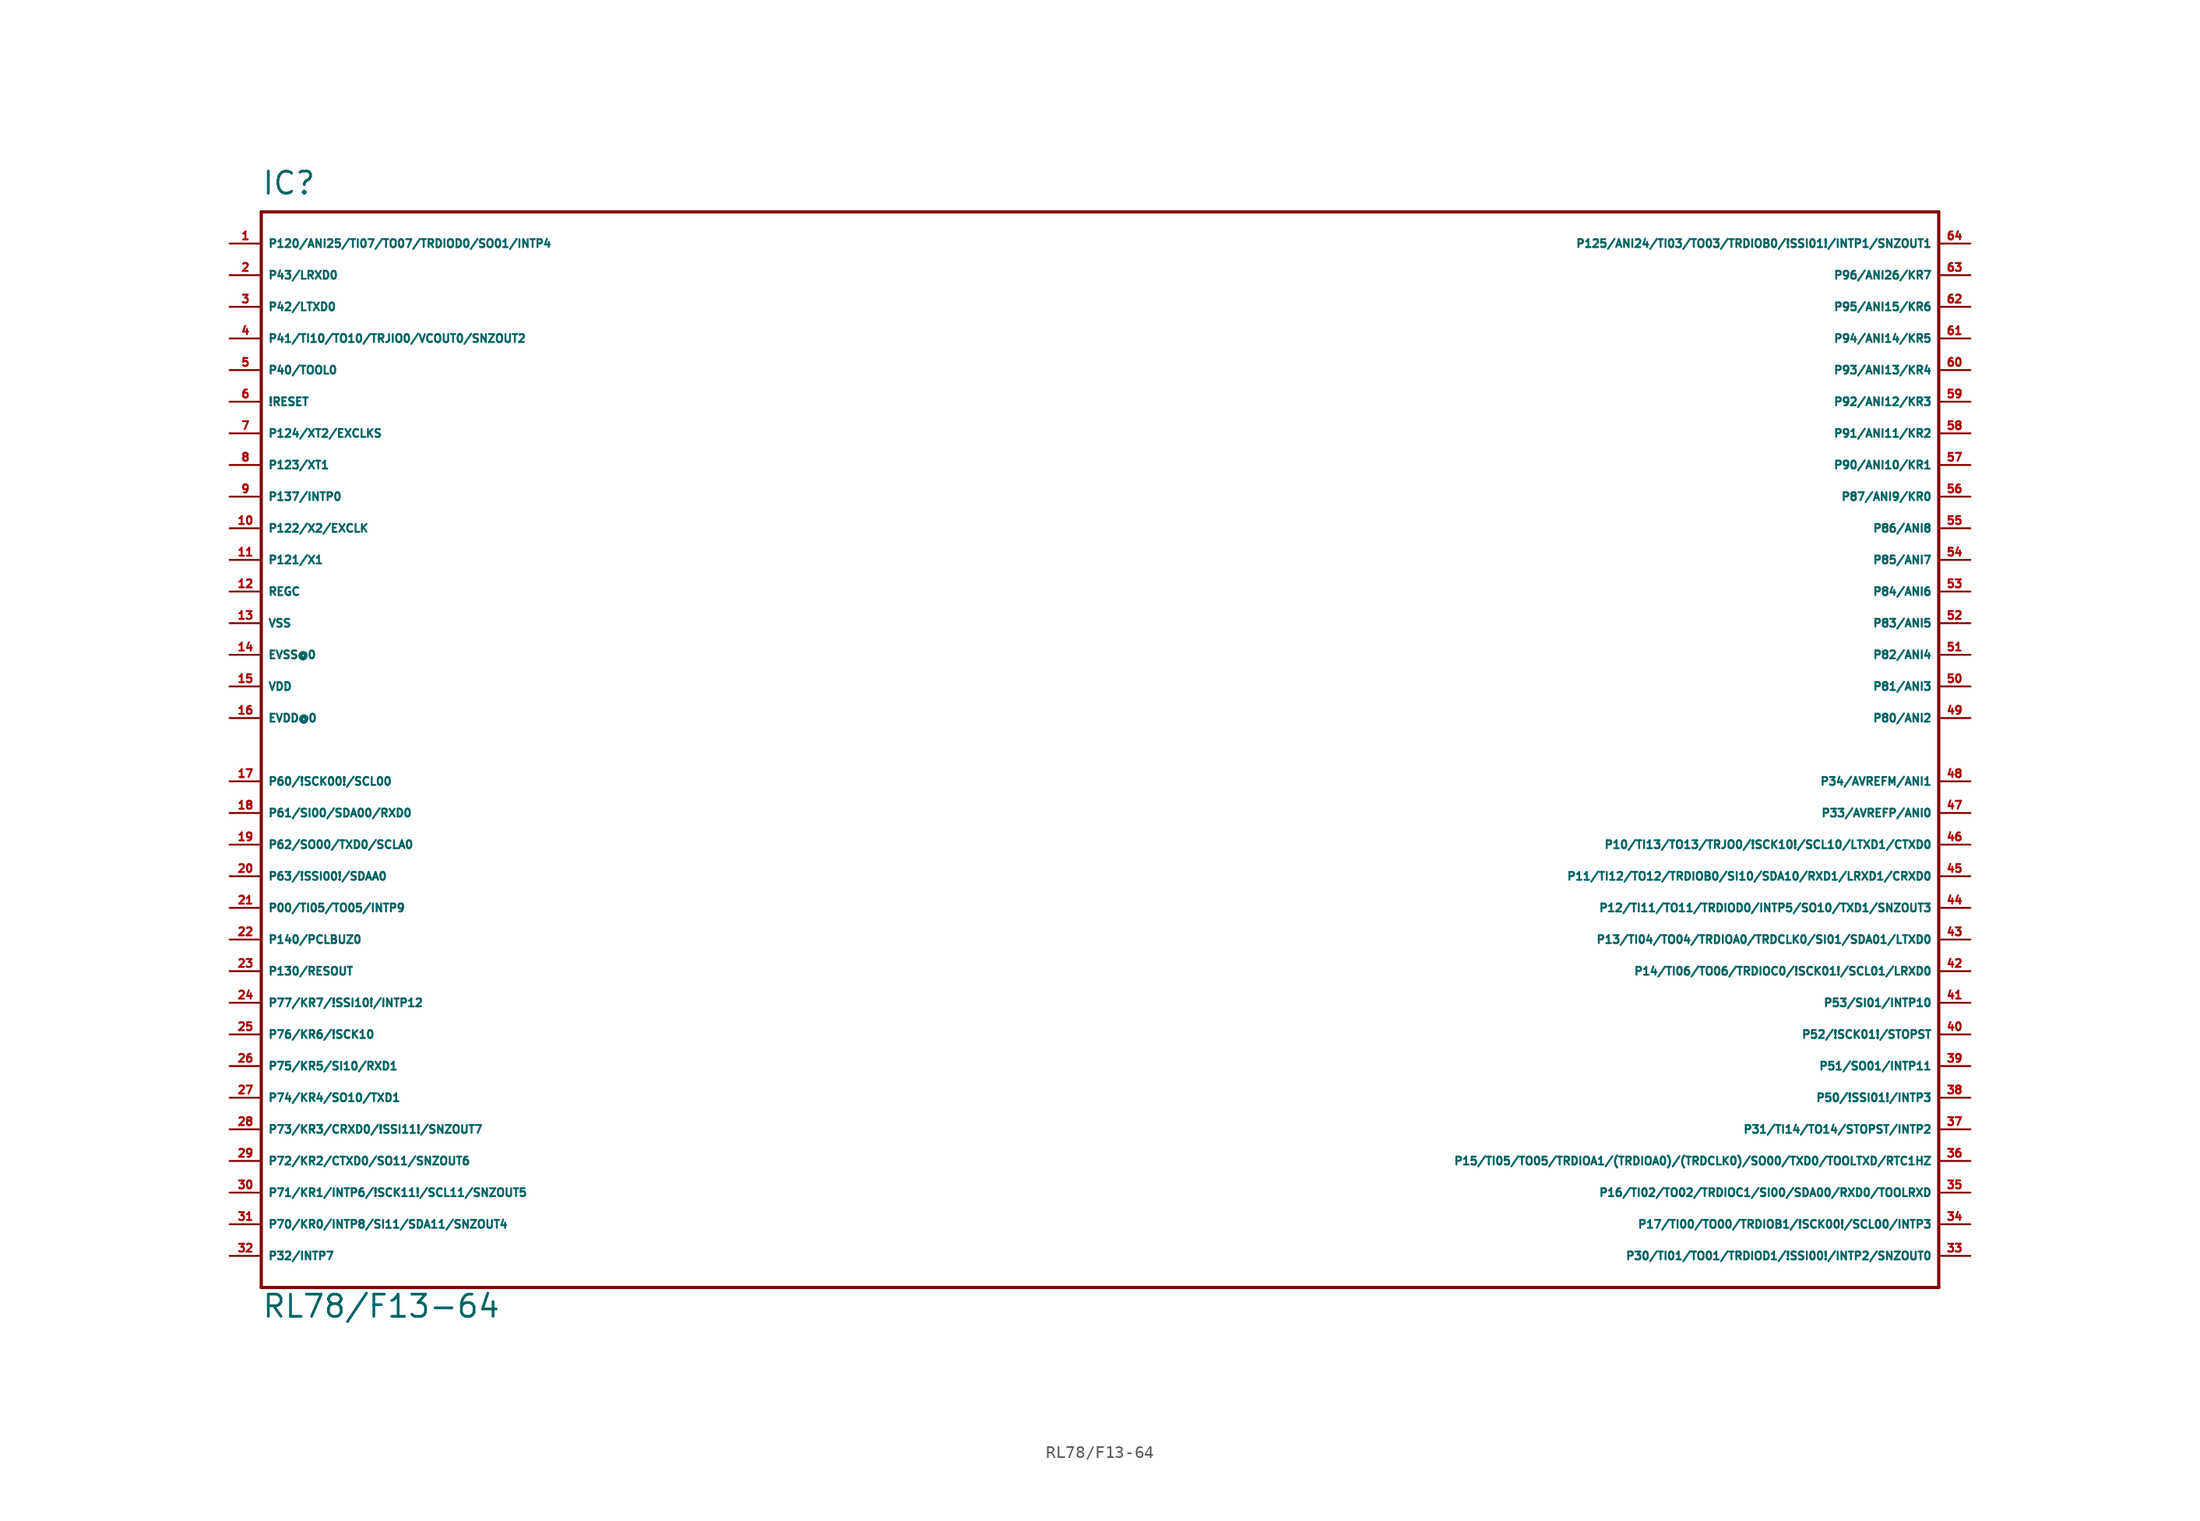
<source format=kicad_sym>
(kicad_symbol_lib
  (version 20220914)
  (generator Eagle2Kicad)
  (symbol "RL78/F13-64"
    (property "Reference" "IC"
      (at -68.58 44.45 0)
      (effects (font (size 1.778 1.778) (thickness 0.22)) (justify left bottom)))
    (property "Value" "RL78/F13-64"
      (at -68.58 -45.72 0)
      (effects (font (size 1.778 1.778) (thickness 0.22)) (justify left bottom)))
    (polyline
      (pts (xy 66.04 43.18) (xy -68.58 43.18))
      (stroke (width 0.254) (type default))
      (fill (type none)))
    (polyline
      (pts (xy -68.58 43.18) (xy -68.58 -43.18))
      (stroke (width 0.254) (type default))
      (fill (type none)))
    (polyline
      (pts (xy -68.58 -43.18) (xy 66.04 -43.18))
      (stroke (width 0.254) (type default))
      (fill (type none)))
    (polyline
      (pts (xy 66.04 -43.18) (xy 66.04 43.18))
      (stroke (width 0.254) (type default))
      (fill (type none)))
    (pin bidirectional line
      (at -71.12 38.1 0)
      (length 2.54)
      (name "P43/LRXD0" (effects (font (size 0.635 0.635) (thickness 0.08)) (justify left bottom)))
      (number "2" (effects (font (size 0.635 0.635) (thickness 0.08)) (justify left bottom))))
    (pin bidirectional line
      (at -71.12 35.56 0)
      (length 2.54)
      (name "P42/LTXD0" (effects (font (size 0.635 0.635) (thickness 0.08)) (justify left bottom)))
      (number "3" (effects (font (size 0.635 0.635) (thickness 0.08)) (justify left bottom))))
    (pin bidirectional line
      (at -71.12 33.02 0)
      (length 2.54)
      (name "P41/TI10/TO10/TRJIO0/VCOUT0/SNZOUT2" (effects (font (size 0.635 0.635) (thickness 0.08)) (justify left bottom)))
      (number "4" (effects (font (size 0.635 0.635) (thickness 0.08)) (justify left bottom))))
    (pin bidirectional line
      (at -71.12 30.48 0)
      (length 2.54)
      (name "P40/TOOL0" (effects (font (size 0.635 0.635) (thickness 0.08)) (justify left bottom)))
      (number "5" (effects (font (size 0.635 0.635) (thickness 0.08)) (justify left bottom))))
    (pin input line
      (at -71.12 27.94 0)
      (length 2.54)
      (name "!RESET" (effects (font (size 0.635 0.635) (thickness 0.08)) (justify left bottom)))
      (number "6" (effects (font (size 0.635 0.635) (thickness 0.08)) (justify left bottom))))
    (pin input line
      (at -71.12 25.4 0)
      (length 2.54)
      (name "P124/XT2/EXCLKS" (effects (font (size 0.635 0.635) (thickness 0.08)) (justify left bottom)))
      (number "7" (effects (font (size 0.635 0.635) (thickness 0.08)) (justify left bottom))))
    (pin input line
      (at -71.12 22.86 0)
      (length 2.54)
      (name "P123/XT1" (effects (font (size 0.635 0.635) (thickness 0.08)) (justify left bottom)))
      (number "8" (effects (font (size 0.635 0.635) (thickness 0.08)) (justify left bottom))))
    (pin input line
      (at -71.12 20.32 0)
      (length 2.54)
      (name "P137/INTP0" (effects (font (size 0.635 0.635) (thickness 0.08)) (justify left bottom)))
      (number "9" (effects (font (size 0.635 0.635) (thickness 0.08)) (justify left bottom))))
    (pin input line
      (at -71.12 17.78 0)
      (length 2.54)
      (name "P122/X2/EXCLK" (effects (font (size 0.635 0.635) (thickness 0.08)) (justify left bottom)))
      (number "10" (effects (font (size 0.635 0.635) (thickness 0.08)) (justify left bottom))))
    (pin input line
      (at -71.12 15.24 0)
      (length 2.54)
      (name "P121/X1" (effects (font (size 0.635 0.635) (thickness 0.08)) (justify left bottom)))
      (number "11" (effects (font (size 0.635 0.635) (thickness 0.08)) (justify left bottom))))
    (pin passive line
      (at -71.12 12.7 0)
      (length 2.54)
      (name "REGC" (effects (font (size 0.635 0.635) (thickness 0.08)) (justify left bottom)))
      (number "12" (effects (font (size 0.635 0.635) (thickness 0.08)) (justify left bottom))))
    (pin unspecified line
      (at -71.12 10.16 0)
      (length 2.54)
      (name "VSS" (effects (font (size 0.635 0.635) (thickness 0.08)) (justify left bottom)))
      (number "13" (effects (font (size 0.635 0.635) (thickness 0.08)) (justify left bottom))))
    (pin unspecified line
      (at -71.12 7.62 0)
      (length 2.54)
      (name "EVSS@0" (effects (font (size 0.635 0.635) (thickness 0.08)) (justify left bottom)))
      (number "14" (effects (font (size 0.635 0.635) (thickness 0.08)) (justify left bottom))))
    (pin unspecified line
      (at -71.12 5.08 0)
      (length 2.54)
      (name "VDD" (effects (font (size 0.635 0.635) (thickness 0.08)) (justify left bottom)))
      (number "15" (effects (font (size 0.635 0.635) (thickness 0.08)) (justify left bottom))))
    (pin unspecified line
      (at -71.12 2.54 0)
      (length 2.54)
      (name "EVDD@0" (effects (font (size 0.635 0.635) (thickness 0.08)) (justify left bottom)))
      (number "16" (effects (font (size 0.635 0.635) (thickness 0.08)) (justify left bottom))))
    (pin bidirectional line
      (at -71.12 -2.54 0)
      (length 2.54)
      (name "P60/!SCK00!/SCL00" (effects (font (size 0.635 0.635) (thickness 0.08)) (justify left bottom)))
      (number "17" (effects (font (size 0.635 0.635) (thickness 0.08)) (justify left bottom))))
    (pin bidirectional line
      (at -71.12 -5.08 0)
      (length 2.54)
      (name "P61/SI00/SDA00/RXD0" (effects (font (size 0.635 0.635) (thickness 0.08)) (justify left bottom)))
      (number "18" (effects (font (size 0.635 0.635) (thickness 0.08)) (justify left bottom))))
    (pin bidirectional line
      (at -71.12 -7.62 0)
      (length 2.54)
      (name "P62/SO00/TXD0/SCLA0" (effects (font (size 0.635 0.635) (thickness 0.08)) (justify left bottom)))
      (number "19" (effects (font (size 0.635 0.635) (thickness 0.08)) (justify left bottom))))
    (pin bidirectional line
      (at -71.12 -10.16 0)
      (length 2.54)
      (name "P63/!SSI00!/SDAA0" (effects (font (size 0.635 0.635) (thickness 0.08)) (justify left bottom)))
      (number "20" (effects (font (size 0.635 0.635) (thickness 0.08)) (justify left bottom))))
    (pin bidirectional line
      (at -71.12 -12.7 0)
      (length 2.54)
      (name "P00/TI05/TO05/INTP9" (effects (font (size 0.635 0.635) (thickness 0.08)) (justify left bottom)))
      (number "21" (effects (font (size 0.635 0.635) (thickness 0.08)) (justify left bottom))))
    (pin bidirectional line
      (at -71.12 -15.24 0)
      (length 2.54)
      (name "P140/PCLBUZ0" (effects (font (size 0.635 0.635) (thickness 0.08)) (justify left bottom)))
      (number "22" (effects (font (size 0.635 0.635) (thickness 0.08)) (justify left bottom))))
    (pin bidirectional line
      (at -71.12 -17.78 0)
      (length 2.54)
      (name "P130/RESOUT" (effects (font (size 0.635 0.635) (thickness 0.08)) (justify left bottom)))
      (number "23" (effects (font (size 0.635 0.635) (thickness 0.08)) (justify left bottom))))
    (pin bidirectional line
      (at -71.12 -20.32 0)
      (length 2.54)
      (name "P77/KR7/!SSI10!/INTP12" (effects (font (size 0.635 0.635) (thickness 0.08)) (justify left bottom)))
      (number "24" (effects (font (size 0.635 0.635) (thickness 0.08)) (justify left bottom))))
    (pin bidirectional line
      (at -71.12 -22.86 0)
      (length 2.54)
      (name "P76/KR6/!SCK10" (effects (font (size 0.635 0.635) (thickness 0.08)) (justify left bottom)))
      (number "25" (effects (font (size 0.635 0.635) (thickness 0.08)) (justify left bottom))))
    (pin bidirectional line
      (at -71.12 -25.4 0)
      (length 2.54)
      (name "P75/KR5/SI10/RXD1" (effects (font (size 0.635 0.635) (thickness 0.08)) (justify left bottom)))
      (number "26" (effects (font (size 0.635 0.635) (thickness 0.08)) (justify left bottom))))
    (pin bidirectional line
      (at -71.12 -27.94 0)
      (length 2.54)
      (name "P74/KR4/SO10/TXD1" (effects (font (size 0.635 0.635) (thickness 0.08)) (justify left bottom)))
      (number "27" (effects (font (size 0.635 0.635) (thickness 0.08)) (justify left bottom))))
    (pin bidirectional line
      (at -71.12 -30.48 0)
      (length 2.54)
      (name "P73/KR3/CRXD0/!SSI11!/SNZOUT7" (effects (font (size 0.635 0.635) (thickness 0.08)) (justify left bottom)))
      (number "28" (effects (font (size 0.635 0.635) (thickness 0.08)) (justify left bottom))))
    (pin bidirectional line
      (at -71.12 -33.02 0)
      (length 2.54)
      (name "P72/KR2/CTXD0/SO11/SNZOUT6" (effects (font (size 0.635 0.635) (thickness 0.08)) (justify left bottom)))
      (number "29" (effects (font (size 0.635 0.635) (thickness 0.08)) (justify left bottom))))
    (pin bidirectional line
      (at -71.12 -35.56 0)
      (length 2.54)
      (name "P71/KR1/INTP6/!SCK11!/SCL11/SNZOUT5" (effects (font (size 0.635 0.635) (thickness 0.08)) (justify left bottom)))
      (number "30" (effects (font (size 0.635 0.635) (thickness 0.08)) (justify left bottom))))
    (pin bidirectional line
      (at -71.12 -38.1 0)
      (length 2.54)
      (name "P70/KR0/INTP8/SI11/SDA11/SNZOUT4" (effects (font (size 0.635 0.635) (thickness 0.08)) (justify left bottom)))
      (number "31" (effects (font (size 0.635 0.635) (thickness 0.08)) (justify left bottom))))
    (pin bidirectional line
      (at -71.12 -40.64 0)
      (length 2.54)
      (name "P32/INTP7" (effects (font (size 0.635 0.635) (thickness 0.08)) (justify left bottom)))
      (number "32" (effects (font (size 0.635 0.635) (thickness 0.08)) (justify left bottom))))
    (pin bidirectional line
      (at 68.58 -40.64 180)
      (length 2.54)
      (name "P30/TI01/TO01/TRDIOD1/!SSI00!/INTP2/SNZOUT0" (effects (font (size 0.635 0.635) (thickness 0.08)) (justify left bottom)))
      (number "33" (effects (font (size 0.635 0.635) (thickness 0.08)) (justify left bottom))))
    (pin bidirectional line
      (at 68.58 -38.1 180)
      (length 2.54)
      (name "P17/TI00/TO00/TRDIOB1/!SCK00!/SCL00/INTP3" (effects (font (size 0.635 0.635) (thickness 0.08)) (justify left bottom)))
      (number "34" (effects (font (size 0.635 0.635) (thickness 0.08)) (justify left bottom))))
    (pin bidirectional line
      (at 68.58 -35.56 180)
      (length 2.54)
      (name "P16/TI02/TO02/TRDIOC1/SI00/SDA00/RXD0/TOOLRXD" (effects (font (size 0.635 0.635) (thickness 0.08)) (justify left bottom)))
      (number "35" (effects (font (size 0.635 0.635) (thickness 0.08)) (justify left bottom))))
    (pin bidirectional line
      (at 68.58 -33.02 180)
      (length 2.54)
      (name "P15/TI05/TO05/TRDIOA1/(TRDIOA0)/(TRDCLK0)/SO00/TXD0/TOOLTXD/RTC1HZ" (effects (font (size 0.635 0.635) (thickness 0.08)) (justify left bottom)))
      (number "36" (effects (font (size 0.635 0.635) (thickness 0.08)) (justify left bottom))))
    (pin bidirectional line
      (at 68.58 -27.94 180)
      (length 2.54)
      (name "P50/!SSI01!/INTP3" (effects (font (size 0.635 0.635) (thickness 0.08)) (justify left bottom)))
      (number "38" (effects (font (size 0.635 0.635) (thickness 0.08)) (justify left bottom))))
    (pin bidirectional line
      (at 68.58 -25.4 180)
      (length 2.54)
      (name "P51/SO01/INTP11" (effects (font (size 0.635 0.635) (thickness 0.08)) (justify left bottom)))
      (number "39" (effects (font (size 0.635 0.635) (thickness 0.08)) (justify left bottom))))
    (pin bidirectional line
      (at 68.58 -22.86 180)
      (length 2.54)
      (name "P52/!SCK01!/STOPST" (effects (font (size 0.635 0.635) (thickness 0.08)) (justify left bottom)))
      (number "40" (effects (font (size 0.635 0.635) (thickness 0.08)) (justify left bottom))))
    (pin bidirectional line
      (at 68.58 -20.32 180)
      (length 2.54)
      (name "P53/SI01/INTP10" (effects (font (size 0.635 0.635) (thickness 0.08)) (justify left bottom)))
      (number "41" (effects (font (size 0.635 0.635) (thickness 0.08)) (justify left bottom))))
    (pin bidirectional line
      (at 68.58 -17.78 180)
      (length 2.54)
      (name "P14/TI06/TO06/TRDIOC0/!SCK01!/SCL01/LRXD0" (effects (font (size 0.635 0.635) (thickness 0.08)) (justify left bottom)))
      (number "42" (effects (font (size 0.635 0.635) (thickness 0.08)) (justify left bottom))))
    (pin bidirectional line
      (at 68.58 -15.24 180)
      (length 2.54)
      (name "P13/TI04/TO04/TRDIOA0/TRDCLK0/SI01/SDA01/LTXD0" (effects (font (size 0.635 0.635) (thickness 0.08)) (justify left bottom)))
      (number "43" (effects (font (size 0.635 0.635) (thickness 0.08)) (justify left bottom))))
    (pin bidirectional line
      (at 68.58 -12.7 180)
      (length 2.54)
      (name "P12/TI11/TO11/TRDIOD0/INTP5/SO10/TXD1/SNZOUT3" (effects (font (size 0.635 0.635) (thickness 0.08)) (justify left bottom)))
      (number "44" (effects (font (size 0.635 0.635) (thickness 0.08)) (justify left bottom))))
    (pin bidirectional line
      (at 68.58 -10.16 180)
      (length 2.54)
      (name "P11/TI12/TO12/TRDIOB0/SI10/SDA10/RXD1/LRXD1/CRXD0" (effects (font (size 0.635 0.635) (thickness 0.08)) (justify left bottom)))
      (number "45" (effects (font (size 0.635 0.635) (thickness 0.08)) (justify left bottom))))
    (pin bidirectional line
      (at 68.58 -7.62 180)
      (length 2.54)
      (name "P10/TI13/TO13/TRJO0/!SCK10!/SCL10/LTXD1/CTXD0" (effects (font (size 0.635 0.635) (thickness 0.08)) (justify left bottom)))
      (number "46" (effects (font (size 0.635 0.635) (thickness 0.08)) (justify left bottom))))
    (pin bidirectional line
      (at 68.58 -5.08 180)
      (length 2.54)
      (name "P33/AVREFP/ANI0" (effects (font (size 0.635 0.635) (thickness 0.08)) (justify left bottom)))
      (number "47" (effects (font (size 0.635 0.635) (thickness 0.08)) (justify left bottom))))
    (pin bidirectional line
      (at 68.58 -2.54 180)
      (length 2.54)
      (name "P34/AVREFM/ANI1" (effects (font (size 0.635 0.635) (thickness 0.08)) (justify left bottom)))
      (number "48" (effects (font (size 0.635 0.635) (thickness 0.08)) (justify left bottom))))
    (pin bidirectional line
      (at 68.58 2.54 180)
      (length 2.54)
      (name "P80/ANI2" (effects (font (size 0.635 0.635) (thickness 0.08)) (justify left bottom)))
      (number "49" (effects (font (size 0.635 0.635) (thickness 0.08)) (justify left bottom))))
    (pin bidirectional line
      (at 68.58 5.08 180)
      (length 2.54)
      (name "P81/ANI3" (effects (font (size 0.635 0.635) (thickness 0.08)) (justify left bottom)))
      (number "50" (effects (font (size 0.635 0.635) (thickness 0.08)) (justify left bottom))))
    (pin bidirectional line
      (at 68.58 7.62 180)
      (length 2.54)
      (name "P82/ANI4" (effects (font (size 0.635 0.635) (thickness 0.08)) (justify left bottom)))
      (number "51" (effects (font (size 0.635 0.635) (thickness 0.08)) (justify left bottom))))
    (pin bidirectional line
      (at 68.58 10.16 180)
      (length 2.54)
      (name "P83/ANI5" (effects (font (size 0.635 0.635) (thickness 0.08)) (justify left bottom)))
      (number "52" (effects (font (size 0.635 0.635) (thickness 0.08)) (justify left bottom))))
    (pin bidirectional line
      (at 68.58 12.7 180)
      (length 2.54)
      (name "P84/ANI6" (effects (font (size 0.635 0.635) (thickness 0.08)) (justify left bottom)))
      (number "53" (effects (font (size 0.635 0.635) (thickness 0.08)) (justify left bottom))))
    (pin bidirectional line
      (at 68.58 15.24 180)
      (length 2.54)
      (name "P85/ANI7" (effects (font (size 0.635 0.635) (thickness 0.08)) (justify left bottom)))
      (number "54" (effects (font (size 0.635 0.635) (thickness 0.08)) (justify left bottom))))
    (pin bidirectional line
      (at 68.58 17.78 180)
      (length 2.54)
      (name "P86/ANI8" (effects (font (size 0.635 0.635) (thickness 0.08)) (justify left bottom)))
      (number "55" (effects (font (size 0.635 0.635) (thickness 0.08)) (justify left bottom))))
    (pin bidirectional line
      (at 68.58 20.32 180)
      (length 2.54)
      (name "P87/ANI9/KR0" (effects (font (size 0.635 0.635) (thickness 0.08)) (justify left bottom)))
      (number "56" (effects (font (size 0.635 0.635) (thickness 0.08)) (justify left bottom))))
    (pin bidirectional line
      (at 68.58 22.86 180)
      (length 2.54)
      (name "P90/ANI10/KR1" (effects (font (size 0.635 0.635) (thickness 0.08)) (justify left bottom)))
      (number "57" (effects (font (size 0.635 0.635) (thickness 0.08)) (justify left bottom))))
    (pin bidirectional line
      (at 68.58 25.4 180)
      (length 2.54)
      (name "P91/ANI11/KR2" (effects (font (size 0.635 0.635) (thickness 0.08)) (justify left bottom)))
      (number "58" (effects (font (size 0.635 0.635) (thickness 0.08)) (justify left bottom))))
    (pin bidirectional line
      (at 68.58 27.94 180)
      (length 2.54)
      (name "P92/ANI12/KR3" (effects (font (size 0.635 0.635) (thickness 0.08)) (justify left bottom)))
      (number "59" (effects (font (size 0.635 0.635) (thickness 0.08)) (justify left bottom))))
    (pin bidirectional line
      (at 68.58 30.48 180)
      (length 2.54)
      (name "P93/ANI13/KR4" (effects (font (size 0.635 0.635) (thickness 0.08)) (justify left bottom)))
      (number "60" (effects (font (size 0.635 0.635) (thickness 0.08)) (justify left bottom))))
    (pin bidirectional line
      (at 68.58 33.02 180)
      (length 2.54)
      (name "P94/ANI14/KR5" (effects (font (size 0.635 0.635) (thickness 0.08)) (justify left bottom)))
      (number "61" (effects (font (size 0.635 0.635) (thickness 0.08)) (justify left bottom))))
    (pin bidirectional line
      (at 68.58 35.56 180)
      (length 2.54)
      (name "P95/ANI15/KR6" (effects (font (size 0.635 0.635) (thickness 0.08)) (justify left bottom)))
      (number "62" (effects (font (size 0.635 0.635) (thickness 0.08)) (justify left bottom))))
    (pin bidirectional line
      (at 68.58 38.1 180)
      (length 2.54)
      (name "P96/ANI26/KR7" (effects (font (size 0.635 0.635) (thickness 0.08)) (justify left bottom)))
      (number "63" (effects (font (size 0.635 0.635) (thickness 0.08)) (justify left bottom))))
    (pin bidirectional line
      (at 68.58 40.64 180)
      (length 2.54)
      (name "P125/ANI24/TI03/TO03/TRDIOB0/!SSI01!/INTP1/SNZOUT1" (effects (font (size 0.635 0.635) (thickness 0.08)) (justify left bottom)))
      (number "64" (effects (font (size 0.635 0.635) (thickness 0.08)) (justify left bottom))))
    (pin bidirectional line
      (at -71.12 40.64 0)
      (length 2.54)
      (name "P120/ANI25/TI07/TO07/TRDIOD0/SO01/INTP4" (effects (font (size 0.635 0.635) (thickness 0.08)) (justify left bottom)))
      (number "1" (effects (font (size 0.635 0.635) (thickness 0.08)) (justify left bottom))))
    (pin bidirectional line
      (at 68.58 -30.48 180)
      (length 2.54)
      (name "P31/TI14/TO14/STOPST/INTP2" (effects (font (size 0.635 0.635) (thickness 0.08)) (justify left bottom)))
      (number "37" (effects (font (size 0.635 0.635) (thickness 0.08)) (justify left bottom))))))
</source>
